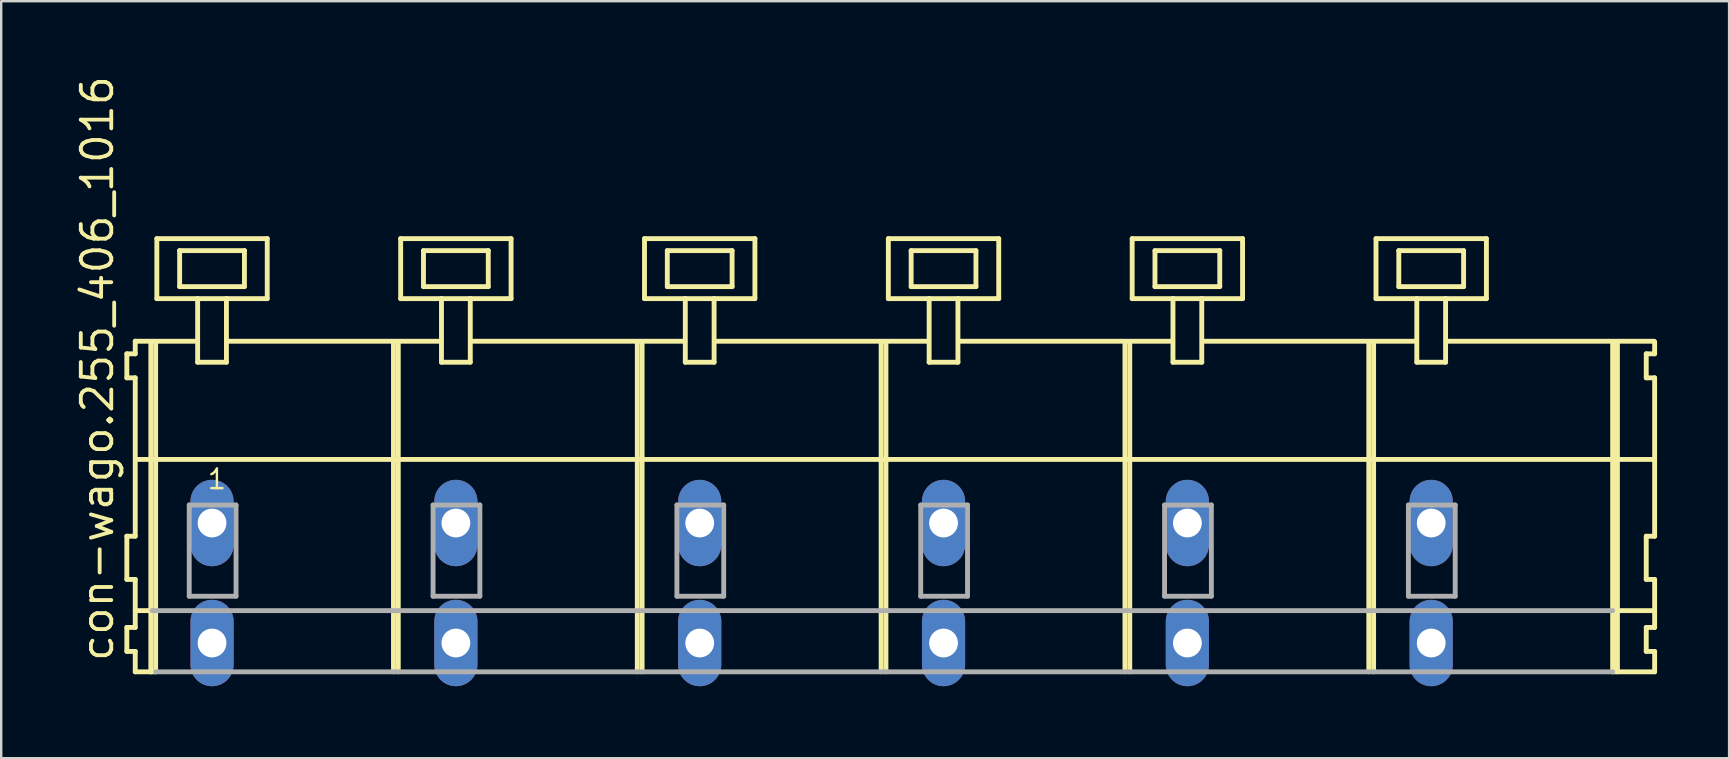
<source format=kicad_pcb>
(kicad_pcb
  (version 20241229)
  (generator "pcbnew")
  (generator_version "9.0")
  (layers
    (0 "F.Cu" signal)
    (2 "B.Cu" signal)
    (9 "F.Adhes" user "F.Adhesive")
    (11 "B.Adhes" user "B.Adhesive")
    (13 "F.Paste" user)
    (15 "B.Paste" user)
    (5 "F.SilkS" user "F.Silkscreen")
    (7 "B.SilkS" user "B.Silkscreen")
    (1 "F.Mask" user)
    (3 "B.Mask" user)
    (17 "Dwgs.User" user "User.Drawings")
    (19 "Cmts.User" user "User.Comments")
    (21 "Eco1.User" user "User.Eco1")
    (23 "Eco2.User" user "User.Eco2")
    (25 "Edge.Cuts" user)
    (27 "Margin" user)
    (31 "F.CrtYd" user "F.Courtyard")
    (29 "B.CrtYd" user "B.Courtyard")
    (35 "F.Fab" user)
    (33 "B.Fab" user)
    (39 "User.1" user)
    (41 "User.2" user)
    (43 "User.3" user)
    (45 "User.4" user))
  (footprint "con-wago.255_406_1016"
    (layer "F.Cu")
    (at 33.725 18.743)
    (property "Reference" "con-wago.255_406_1016" (at -31.975 5.855 90) (layer "F.SilkS") (effects (font (size 1.27 1.27) (thickness 0.16)) (justify left bottom)))
    (attr through_hole)
    (fp_line (start -31.49 -7.05) (end -31.49 -6.05) (stroke (width 0.203) (type default)) (layer "F.SilkS"))
    (fp_line (start -31.49 -6.05) (end -31.14 -6.05) (stroke (width 0.203) (type default)) (layer "F.SilkS"))
    (fp_line (start -31.49 0.55) (end -31.49 2.35) (stroke (width 0.203) (type default)) (layer "F.SilkS"))
    (fp_line (start -31.49 2.35) (end -31.14 2.35) (stroke (width 0.203) (type default)) (layer "F.SilkS"))
    (fp_line (start -31.49 4.35) (end -31.49 5.35) (stroke (width 0.203) (type default)) (layer "F.SilkS"))
    (fp_line (start -31.49 5.35) (end -31.14 5.35) (stroke (width 0.203) (type default)) (layer "F.SilkS"))
    (fp_line (start -31.14 -7.575) (end -31.14 -7.05) (stroke (width 0.203) (type default)) (layer "F.SilkS"))
    (fp_line (start -31.14 -7.575) (end -28.565 -7.575) (stroke (width 0.203) (type default)) (layer "F.SilkS"))
    (fp_line (start -31.14 -7.05) (end -31.49 -7.05) (stroke (width 0.203) (type default)) (layer "F.SilkS"))
    (fp_line (start -31.14 -6.05) (end -31.14 0.55) (stroke (width 0.203) (type default)) (layer "F.SilkS"))
    (fp_line (start -31.14 0.55) (end -31.49 0.55) (stroke (width 0.203) (type default)) (layer "F.SilkS"))
    (fp_line (start -31.14 2.35) (end -31.14 4.35) (stroke (width 0.203) (type default)) (layer "F.SilkS"))
    (fp_line (start -31.14 3.65) (end -30.44 3.65) (stroke (width 0.203) (type default)) (layer "F.SilkS"))
    (fp_line (start -31.14 4.35) (end -31.49 4.35) (stroke (width 0.203) (type default)) (layer "F.SilkS"))
    (fp_line (start -31.14 5.35) (end -31.14 6.2) (stroke (width 0.203) (type default)) (layer "F.SilkS"))
    (fp_line (start -31.14 6.2) (end -30.49 6.2) (stroke (width 0.203) (type default)) (layer "F.SilkS"))
    (fp_line (start -31.09 -2.65) (end 32.12 -2.65) (stroke (width 0.203) (type default)) (layer "F.SilkS"))
    (fp_line (start -30.49 -7.55) (end -30.49 6.2) (stroke (width 0.203) (type default)) (layer "F.SilkS"))
    (fp_line (start -30.49 6.2) (end -30.29 6.2) (stroke (width 0.203) (type default)) (layer "F.SilkS"))
    (fp_line (start -30.29 -7.55) (end -30.29 6.2) (stroke (width 0.203) (type default)) (layer "F.SilkS"))
    (fp_line (start -30.24 -11.85) (end -30.24 -9.35) (stroke (width 0.203) (type default)) (layer "F.SilkS"))
    (fp_line (start -30.24 -9.35) (end -28.54 -9.35) (stroke (width 0.203) (type default)) (layer "F.SilkS"))
    (fp_line (start -29.29 -11.35) (end -29.29 -9.85) (stroke (width 0.203) (type default)) (layer "F.SilkS"))
    (fp_line (start -29.29 -9.85) (end -26.59 -9.85) (stroke (width 0.203) (type default)) (layer "F.SilkS"))
    (fp_line (start -28.54 -9.35) (end -28.54 -6.7) (stroke (width 0.203) (type default)) (layer "F.SilkS"))
    (fp_line (start -28.54 -9.35) (end -27.34 -9.35) (stroke (width 0.203) (type default)) (layer "F.SilkS"))
    (fp_line (start -28.54 -6.7) (end -27.34 -6.7) (stroke (width 0.203) (type default)) (layer "F.SilkS"))
    (fp_line (start -27.34 -9.35) (end -25.64 -9.35) (stroke (width 0.203) (type default)) (layer "F.SilkS"))
    (fp_line (start -27.34 -6.7) (end -27.34 -9.35) (stroke (width 0.203) (type default)) (layer "F.SilkS"))
    (fp_line (start -27.315 -7.575) (end -18.401 -7.575) (stroke (width 0.203) (type default)) (layer "F.SilkS"))
    (fp_line (start -26.59 -11.35) (end -29.29 -11.35) (stroke (width 0.203) (type default)) (layer "F.SilkS"))
    (fp_line (start -26.59 -9.85) (end -26.59 -11.35) (stroke (width 0.203) (type default)) (layer "F.SilkS"))
    (fp_line (start -25.64 -11.85) (end -30.24 -11.85) (stroke (width 0.203) (type default)) (layer "F.SilkS"))
    (fp_line (start -25.64 -9.35) (end -25.64 -11.85) (stroke (width 0.203) (type default)) (layer "F.SilkS"))
    (fp_line (start -20.38 -7.55) (end -20.38 6.2) (stroke (width 0.203) (type default)) (layer "F.SilkS"))
    (fp_line (start -20.18 -7.55) (end -20.18 6.2) (stroke (width 0.203) (type default)) (layer "F.SilkS"))
    (fp_line (start -20.08 -11.85) (end -20.08 -9.35) (stroke (width 0.203) (type default)) (layer "F.SilkS"))
    (fp_line (start -20.08 -9.35) (end -18.38 -9.35) (stroke (width 0.203) (type default)) (layer "F.SilkS"))
    (fp_line (start -19.13 -11.35) (end -19.13 -9.85) (stroke (width 0.203) (type default)) (layer "F.SilkS"))
    (fp_line (start -19.13 -9.85) (end -16.43 -9.85) (stroke (width 0.203) (type default)) (layer "F.SilkS"))
    (fp_line (start -18.38 -9.35) (end -18.38 -6.7) (stroke (width 0.203) (type default)) (layer "F.SilkS"))
    (fp_line (start -18.38 -9.35) (end -17.18 -9.35) (stroke (width 0.203) (type default)) (layer "F.SilkS"))
    (fp_line (start -18.38 -6.7) (end -17.18 -6.7) (stroke (width 0.203) (type default)) (layer "F.SilkS"))
    (fp_line (start -17.18 -9.35) (end -15.48 -9.35) (stroke (width 0.203) (type default)) (layer "F.SilkS"))
    (fp_line (start -17.18 -6.7) (end -17.18 -9.35) (stroke (width 0.203) (type default)) (layer "F.SilkS"))
    (fp_line (start -17.155 -7.575) (end -8.241 -7.575) (stroke (width 0.203) (type default)) (layer "F.SilkS"))
    (fp_line (start -16.43 -11.35) (end -19.13 -11.35) (stroke (width 0.203) (type default)) (layer "F.SilkS"))
    (fp_line (start -16.43 -9.85) (end -16.43 -11.35) (stroke (width 0.203) (type default)) (layer "F.SilkS"))
    (fp_line (start -15.48 -11.85) (end -20.08 -11.85) (stroke (width 0.203) (type default)) (layer "F.SilkS"))
    (fp_line (start -15.48 -9.35) (end -15.48 -11.85) (stroke (width 0.203) (type default)) (layer "F.SilkS"))
    (fp_line (start -10.22 -7.55) (end -10.22 6.2) (stroke (width 0.203) (type default)) (layer "F.SilkS"))
    (fp_line (start -10.02 -7.55) (end -10.02 6.2) (stroke (width 0.203) (type default)) (layer "F.SilkS"))
    (fp_line (start -9.92 -11.85) (end -9.92 -9.35) (stroke (width 0.203) (type default)) (layer "F.SilkS"))
    (fp_line (start -9.92 -9.35) (end -8.22 -9.35) (stroke (width 0.203) (type default)) (layer "F.SilkS"))
    (fp_line (start -8.97 -11.35) (end -8.97 -9.85) (stroke (width 0.203) (type default)) (layer "F.SilkS"))
    (fp_line (start -8.97 -9.85) (end -6.27 -9.85) (stroke (width 0.203) (type default)) (layer "F.SilkS"))
    (fp_line (start -8.22 -9.35) (end -8.22 -6.7) (stroke (width 0.203) (type default)) (layer "F.SilkS"))
    (fp_line (start -8.22 -9.35) (end -7.02 -9.35) (stroke (width 0.203) (type default)) (layer "F.SilkS"))
    (fp_line (start -8.22 -6.7) (end -7.02 -6.7) (stroke (width 0.203) (type default)) (layer "F.SilkS"))
    (fp_line (start -7.02 -9.35) (end -5.32 -9.35) (stroke (width 0.203) (type default)) (layer "F.SilkS"))
    (fp_line (start -7.02 -6.7) (end -7.02 -9.35) (stroke (width 0.203) (type default)) (layer "F.SilkS"))
    (fp_line (start -6.995 -7.575) (end 1.919 -7.575) (stroke (width 0.203) (type default)) (layer "F.SilkS"))
    (fp_line (start -6.27 -11.35) (end -8.97 -11.35) (stroke (width 0.203) (type default)) (layer "F.SilkS"))
    (fp_line (start -6.27 -9.85) (end -6.27 -11.35) (stroke (width 0.203) (type default)) (layer "F.SilkS"))
    (fp_line (start -5.32 -11.85) (end -9.92 -11.85) (stroke (width 0.203) (type default)) (layer "F.SilkS"))
    (fp_line (start -5.32 -9.35) (end -5.32 -11.85) (stroke (width 0.203) (type default)) (layer "F.SilkS"))
    (fp_line (start -0.06 -7.55) (end -0.06 6.2) (stroke (width 0.203) (type default)) (layer "F.SilkS"))
    (fp_line (start 0.14 -7.55) (end 0.14 6.2) (stroke (width 0.203) (type default)) (layer "F.SilkS"))
    (fp_line (start 0.24 -11.85) (end 0.24 -9.35) (stroke (width 0.203) (type default)) (layer "F.SilkS"))
    (fp_line (start 0.24 -9.35) (end 1.94 -9.35) (stroke (width 0.203) (type default)) (layer "F.SilkS"))
    (fp_line (start 1.19 -11.35) (end 1.19 -9.85) (stroke (width 0.203) (type default)) (layer "F.SilkS"))
    (fp_line (start 1.19 -9.85) (end 3.89 -9.85) (stroke (width 0.203) (type default)) (layer "F.SilkS"))
    (fp_line (start 1.94 -9.35) (end 1.94 -6.7) (stroke (width 0.203) (type default)) (layer "F.SilkS"))
    (fp_line (start 1.94 -9.35) (end 3.14 -9.35) (stroke (width 0.203) (type default)) (layer "F.SilkS"))
    (fp_line (start 1.94 -6.7) (end 3.14 -6.7) (stroke (width 0.203) (type default)) (layer "F.SilkS"))
    (fp_line (start 3.14 -9.35) (end 4.84 -9.35) (stroke (width 0.203) (type default)) (layer "F.SilkS"))
    (fp_line (start 3.14 -6.7) (end 3.14 -9.35) (stroke (width 0.203) (type default)) (layer "F.SilkS"))
    (fp_line (start 3.165 -7.575) (end 12.079 -7.575) (stroke (width 0.203) (type default)) (layer "F.SilkS"))
    (fp_line (start 3.89 -11.35) (end 1.19 -11.35) (stroke (width 0.203) (type default)) (layer "F.SilkS"))
    (fp_line (start 3.89 -9.85) (end 3.89 -11.35) (stroke (width 0.203) (type default)) (layer "F.SilkS"))
    (fp_line (start 4.84 -11.85) (end 0.24 -11.85) (stroke (width 0.203) (type default)) (layer "F.SilkS"))
    (fp_line (start 4.84 -9.35) (end 4.84 -11.85) (stroke (width 0.203) (type default)) (layer "F.SilkS"))
    (fp_line (start 10.1 -7.55) (end 10.1 6.2) (stroke (width 0.203) (type default)) (layer "F.SilkS"))
    (fp_line (start 10.3 -7.55) (end 10.3 6.2) (stroke (width 0.203) (type default)) (layer "F.SilkS"))
    (fp_line (start 10.4 -11.85) (end 10.4 -9.35) (stroke (width 0.203) (type default)) (layer "F.SilkS"))
    (fp_line (start 10.4 -9.35) (end 12.1 -9.35) (stroke (width 0.203) (type default)) (layer "F.SilkS"))
    (fp_line (start 11.35 -11.35) (end 11.35 -9.85) (stroke (width 0.203) (type default)) (layer "F.SilkS"))
    (fp_line (start 11.35 -9.85) (end 14.05 -9.85) (stroke (width 0.203) (type default)) (layer "F.SilkS"))
    (fp_line (start 12.1 -9.35) (end 12.1 -6.7) (stroke (width 0.203) (type default)) (layer "F.SilkS"))
    (fp_line (start 12.1 -9.35) (end 13.3 -9.35) (stroke (width 0.203) (type default)) (layer "F.SilkS"))
    (fp_line (start 12.1 -6.7) (end 13.3 -6.7) (stroke (width 0.203) (type default)) (layer "F.SilkS"))
    (fp_line (start 13.3 -9.35) (end 15 -9.35) (stroke (width 0.203) (type default)) (layer "F.SilkS"))
    (fp_line (start 13.3 -6.7) (end 13.3 -9.35) (stroke (width 0.203) (type default)) (layer "F.SilkS"))
    (fp_line (start 13.325 -7.575) (end 22.239 -7.575) (stroke (width 0.203) (type default)) (layer "F.SilkS"))
    (fp_line (start 14.05 -11.35) (end 11.35 -11.35) (stroke (width 0.203) (type default)) (layer "F.SilkS"))
    (fp_line (start 14.05 -9.85) (end 14.05 -11.35) (stroke (width 0.203) (type default)) (layer "F.SilkS"))
    (fp_line (start 15 -11.85) (end 10.4 -11.85) (stroke (width 0.203) (type default)) (layer "F.SilkS"))
    (fp_line (start 15 -9.35) (end 15 -11.85) (stroke (width 0.203) (type default)) (layer "F.SilkS"))
    (fp_line (start 20.26 -7.55) (end 20.26 6.2) (stroke (width 0.203) (type default)) (layer "F.SilkS"))
    (fp_line (start 20.46 -7.55) (end 20.46 6.2) (stroke (width 0.203) (type default)) (layer "F.SilkS"))
    (fp_line (start 20.56 -11.85) (end 20.56 -9.35) (stroke (width 0.203) (type default)) (layer "F.SilkS"))
    (fp_line (start 20.56 -9.35) (end 22.26 -9.35) (stroke (width 0.203) (type default)) (layer "F.SilkS"))
    (fp_line (start 21.51 -11.35) (end 21.51 -9.85) (stroke (width 0.203) (type default)) (layer "F.SilkS"))
    (fp_line (start 21.51 -9.85) (end 24.21 -9.85) (stroke (width 0.203) (type default)) (layer "F.SilkS"))
    (fp_line (start 22.26 -9.35) (end 22.26 -6.7) (stroke (width 0.203) (type default)) (layer "F.SilkS"))
    (fp_line (start 22.26 -9.35) (end 23.46 -9.35) (stroke (width 0.203) (type default)) (layer "F.SilkS"))
    (fp_line (start 22.26 -6.7) (end 23.46 -6.7) (stroke (width 0.203) (type default)) (layer "F.SilkS"))
    (fp_line (start 23.46 -9.35) (end 25.16 -9.35) (stroke (width 0.203) (type default)) (layer "F.SilkS"))
    (fp_line (start 23.46 -6.7) (end 23.46 -9.35) (stroke (width 0.203) (type default)) (layer "F.SilkS"))
    (fp_line (start 23.485 -7.575) (end 32.145 -7.575) (stroke (width 0.203) (type default)) (layer "F.SilkS"))
    (fp_line (start 24.21 -11.35) (end 21.51 -11.35) (stroke (width 0.203) (type default)) (layer "F.SilkS"))
    (fp_line (start 24.21 -9.85) (end 24.21 -11.35) (stroke (width 0.203) (type default)) (layer "F.SilkS"))
    (fp_line (start 25.16 -11.85) (end 20.56 -11.85) (stroke (width 0.203) (type default)) (layer "F.SilkS"))
    (fp_line (start 25.16 -9.35) (end 25.16 -11.85) (stroke (width 0.203) (type default)) (layer "F.SilkS"))
    (fp_line (start 30.42 -7.55) (end 30.42 6.2) (stroke (width 0.203) (type default)) (layer "F.SilkS"))
    (fp_line (start 30.42 6.2) (end 32.17 6.2) (stroke (width 0.203) (type default)) (layer "F.SilkS"))
    (fp_line (start 30.47 3.65) (end 32.17 3.65) (stroke (width 0.203) (type default)) (layer "F.SilkS"))
    (fp_line (start 30.62 -7.55) (end 30.62 6.2) (stroke (width 0.203) (type default)) (layer "F.SilkS"))
    (fp_line (start 31.82 -7.05) (end 31.82 -6.05) (stroke (width 0.203) (type default)) (layer "F.SilkS"))
    (fp_line (start 31.82 -6.05) (end 32.17 -6.05) (stroke (width 0.203) (type default)) (layer "F.SilkS"))
    (fp_line (start 31.82 0.55) (end 31.82 2.35) (stroke (width 0.203) (type default)) (layer "F.SilkS"))
    (fp_line (start 31.82 2.35) (end 32.17 2.35) (stroke (width 0.203) (type default)) (layer "F.SilkS"))
    (fp_line (start 31.82 4.35) (end 31.82 5.35) (stroke (width 0.203) (type default)) (layer "F.SilkS"))
    (fp_line (start 31.82 5.35) (end 32.17 5.35) (stroke (width 0.203) (type default)) (layer "F.SilkS"))
    (fp_line (start 32.17 -7.05) (end 31.82 -7.05) (stroke (width 0.203) (type default)) (layer "F.SilkS"))
    (fp_line (start 32.17 -7.05) (end 32.17 -7.55) (stroke (width 0.203) (type default)) (layer "F.SilkS"))
    (fp_line (start 32.17 0.55) (end 31.82 0.55) (stroke (width 0.203) (type default)) (layer "F.SilkS"))
    (fp_line (start 32.17 0.55) (end 32.17 -6.05) (stroke (width 0.203) (type default)) (layer "F.SilkS"))
    (fp_line (start 32.17 3.65) (end 32.17 2.35) (stroke (width 0.203) (type default)) (layer "F.SilkS"))
    (fp_line (start 32.17 4.35) (end 31.82 4.35) (stroke (width 0.203) (type default)) (layer "F.SilkS"))
    (fp_line (start 32.17 4.35) (end 32.17 3.65) (stroke (width 0.203) (type default)) (layer "F.SilkS"))
    (fp_line (start 32.17 6.2) (end 32.17 5.35) (stroke (width 0.203) (type default)) (layer "F.SilkS"))
    (fp_line (start -30.44 3.65) (end 30.42 3.65) (stroke (width 0.203) (type default)) (layer "F.Fab"))
    (fp_line (start -30.29 6.2) (end 30.42 6.2) (stroke (width 0.203) (type default)) (layer "F.Fab"))
    (fp_line (start -28.89 -0.75) (end -28.89 3.05) (stroke (width 0.203) (type default)) (layer "F.Fab"))
    (fp_line (start -28.89 3.05) (end -26.94 3.05) (stroke (width 0.203) (type default)) (layer "F.Fab"))
    (fp_line (start -26.94 -0.75) (end -28.89 -0.75) (stroke (width 0.203) (type default)) (layer "F.Fab"))
    (fp_line (start -26.94 3.05) (end -26.94 -0.75) (stroke (width 0.203) (type default)) (layer "F.Fab"))
    (fp_line (start -18.73 -0.75) (end -18.73 3.05) (stroke (width 0.203) (type default)) (layer "F.Fab"))
    (fp_line (start -18.73 3.05) (end -16.78 3.05) (stroke (width 0.203) (type default)) (layer "F.Fab"))
    (fp_line (start -16.78 -0.75) (end -18.73 -0.75) (stroke (width 0.203) (type default)) (layer "F.Fab"))
    (fp_line (start -16.78 3.05) (end -16.78 -0.75) (stroke (width 0.203) (type default)) (layer "F.Fab"))
    (fp_line (start -8.57 -0.75) (end -8.57 3.05) (stroke (width 0.203) (type default)) (layer "F.Fab"))
    (fp_line (start -8.57 3.05) (end -6.62 3.05) (stroke (width 0.203) (type default)) (layer "F.Fab"))
    (fp_line (start -6.62 -0.75) (end -8.57 -0.75) (stroke (width 0.203) (type default)) (layer "F.Fab"))
    (fp_line (start -6.62 3.05) (end -6.62 -0.75) (stroke (width 0.203) (type default)) (layer "F.Fab"))
    (fp_line (start 1.59 -0.75) (end 1.59 3.05) (stroke (width 0.203) (type default)) (layer "F.Fab"))
    (fp_line (start 1.59 3.05) (end 3.54 3.05) (stroke (width 0.203) (type default)) (layer "F.Fab"))
    (fp_line (start 3.54 -0.75) (end 1.59 -0.75) (stroke (width 0.203) (type default)) (layer "F.Fab"))
    (fp_line (start 3.54 3.05) (end 3.54 -0.75) (stroke (width 0.203) (type default)) (layer "F.Fab"))
    (fp_line (start 11.75 -0.75) (end 11.75 3.05) (stroke (width 0.203) (type default)) (layer "F.Fab"))
    (fp_line (start 11.75 3.05) (end 13.7 3.05) (stroke (width 0.203) (type default)) (layer "F.Fab"))
    (fp_line (start 13.7 -0.75) (end 11.75 -0.75) (stroke (width 0.203) (type default)) (layer "F.Fab"))
    (fp_line (start 13.7 3.05) (end 13.7 -0.75) (stroke (width 0.203) (type default)) (layer "F.Fab"))
    (fp_line (start 21.91 -0.75) (end 21.91 3.05) (stroke (width 0.203) (type default)) (layer "F.Fab"))
    (fp_line (start 21.91 3.05) (end 23.86 3.05) (stroke (width 0.203) (type default)) (layer "F.Fab"))
    (fp_line (start 23.86 -0.75) (end 21.91 -0.75) (stroke (width 0.203) (type default)) (layer "F.Fab"))
    (fp_line (start 23.86 3.05) (end 23.86 -0.75) (stroke (width 0.203) (type default)) (layer "F.Fab"))
    (fp_text user "1" (at -28.19 -1.35 0) (layer "F.SilkS") (effects (font (size 0.813 0.813) (thickness 0.1)) (justify left bottom)))
    (pad "A1" thru_hole oval (at -27.94 0 90) (size 3.6 1.8) (drill 1.2) (layers "*.Cu" "*.Mask"))
    (pad "A2" thru_hole oval (at -17.78 0 90) (size 3.6 1.8) (drill 1.2) (layers "*.Cu" "*.Mask"))
    (pad "A3" thru_hole oval (at -7.62 0 90) (size 3.6 1.8) (drill 1.2) (layers "*.Cu" "*.Mask"))
    (pad "A4" thru_hole oval (at 2.54 0 90) (size 3.6 1.8) (drill 1.2) (layers "*.Cu" "*.Mask"))
    (pad "A5" thru_hole oval (at 12.7 0 90) (size 3.6 1.8) (drill 1.2) (layers "*.Cu" "*.Mask"))
    (pad "A6" thru_hole oval (at 22.86 0 90) (size 3.6 1.8) (drill 1.2) (layers "*.Cu" "*.Mask"))
    (pad "B1" thru_hole oval (at -27.94 5 90) (size 3.6 1.8) (drill 1.2) (layers "*.Cu" "*.Mask"))
    (pad "B2" thru_hole oval (at -17.78 5 90) (size 3.6 1.8) (drill 1.2) (layers "*.Cu" "*.Mask"))
    (pad "B3" thru_hole oval (at -7.62 5 90) (size 3.6 1.8) (drill 1.2) (layers "*.Cu" "*.Mask"))
    (pad "B4" thru_hole oval (at 2.54 5 90) (size 3.6 1.8) (drill 1.2) (layers "*.Cu" "*.Mask"))
    (pad "B5" thru_hole oval (at 12.7 5 90) (size 3.6 1.8) (drill 1.2) (layers "*.Cu" "*.Mask"))
    (pad "B6" thru_hole oval (at 22.86 5 90) (size 3.6 1.8) (drill 1.2) (layers "*.Cu" "*.Mask")))
  (gr_rect
    (start -3 -3)
    (end 68.997 28.543)
    (stroke (width 0.1) (type default))
    (fill no)
    (layer "Edge.Cuts")))
</source>
